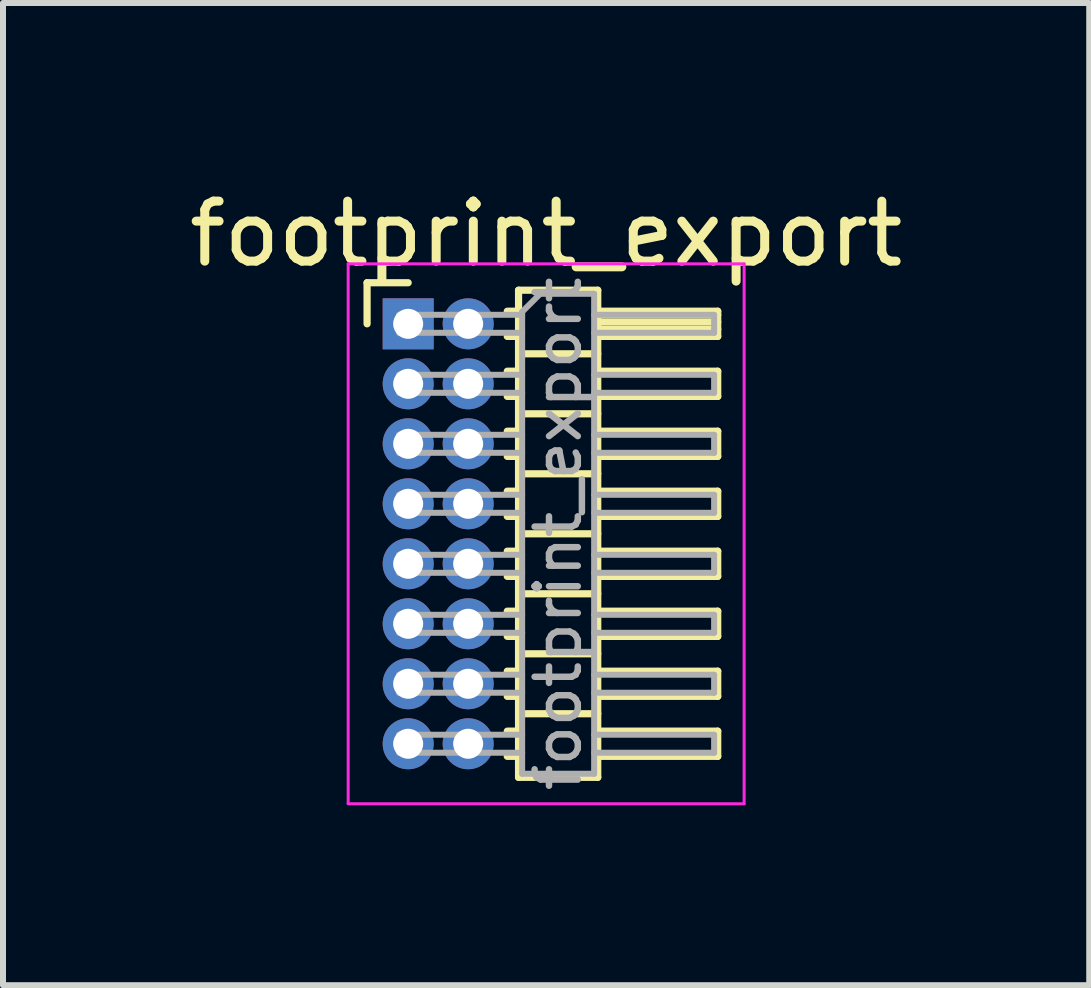
<source format=kicad_pcb>
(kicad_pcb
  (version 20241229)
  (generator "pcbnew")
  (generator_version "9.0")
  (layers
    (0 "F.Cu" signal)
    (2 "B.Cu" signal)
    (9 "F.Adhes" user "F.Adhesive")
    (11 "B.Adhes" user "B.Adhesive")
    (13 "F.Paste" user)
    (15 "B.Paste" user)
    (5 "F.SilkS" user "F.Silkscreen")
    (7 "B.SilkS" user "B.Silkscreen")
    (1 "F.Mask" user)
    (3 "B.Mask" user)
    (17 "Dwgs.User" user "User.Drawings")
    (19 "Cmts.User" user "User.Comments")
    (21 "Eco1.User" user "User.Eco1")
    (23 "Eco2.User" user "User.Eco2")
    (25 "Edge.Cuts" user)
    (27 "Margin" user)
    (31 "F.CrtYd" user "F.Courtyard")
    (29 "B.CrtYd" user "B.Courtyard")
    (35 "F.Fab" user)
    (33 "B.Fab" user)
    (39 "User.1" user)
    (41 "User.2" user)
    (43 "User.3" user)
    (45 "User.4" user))
  (footprint "footprint_export"
    (layer "F.Cu")
    (at 3.754 2.348)
    (property "Reference" "footprint_export" (at 2.3 -1.5 0) (layer "F.SilkS") (effects (font (size 1 1) (thickness 0.15))))
    (attr through_hole)
    (fp_line (start -0.685 -0.685) (end 0 -0.685) (stroke (width 0.12) (type solid)) (layer "F.SilkS"))
    (fp_line (start -0.685 0) (end -0.685 -0.685) (stroke (width 0.12) (type solid)) (layer "F.SilkS"))
    (fp_line (start 1.652 -0.21) (end 1.84 -0.21) (stroke (width 0.12) (type solid)) (layer "F.SilkS"))
    (fp_line (start 1.652 0.21) (end 1.84 0.21) (stroke (width 0.12) (type solid)) (layer "F.SilkS"))
    (fp_line (start 1.652 0.79) (end 1.84 0.79) (stroke (width 0.12) (type solid)) (layer "F.SilkS"))
    (fp_line (start 1.652 1.21) (end 1.84 1.21) (stroke (width 0.12) (type solid)) (layer "F.SilkS"))
    (fp_line (start 1.652 1.79) (end 1.84 1.79) (stroke (width 0.12) (type solid)) (layer "F.SilkS"))
    (fp_line (start 1.652 2.21) (end 1.84 2.21) (stroke (width 0.12) (type solid)) (layer "F.SilkS"))
    (fp_line (start 1.652 2.79) (end 1.84 2.79) (stroke (width 0.12) (type solid)) (layer "F.SilkS"))
    (fp_line (start 1.652 3.21) (end 1.84 3.21) (stroke (width 0.12) (type solid)) (layer "F.SilkS"))
    (fp_line (start 1.652 3.79) (end 1.84 3.79) (stroke (width 0.12) (type solid)) (layer "F.SilkS"))
    (fp_line (start 1.652 4.21) (end 1.84 4.21) (stroke (width 0.12) (type solid)) (layer "F.SilkS"))
    (fp_line (start 1.652 4.79) (end 1.84 4.79) (stroke (width 0.12) (type solid)) (layer "F.SilkS"))
    (fp_line (start 1.652 5.21) (end 1.84 5.21) (stroke (width 0.12) (type solid)) (layer "F.SilkS"))
    (fp_line (start 1.652 5.79) (end 1.84 5.79) (stroke (width 0.12) (type solid)) (layer "F.SilkS"))
    (fp_line (start 1.652 6.21) (end 1.84 6.21) (stroke (width 0.12) (type solid)) (layer "F.SilkS"))
    (fp_line (start 1.652 6.79) (end 1.84 6.79) (stroke (width 0.12) (type solid)) (layer "F.SilkS"))
    (fp_line (start 1.652 7.21) (end 1.84 7.21) (stroke (width 0.12) (type solid)) (layer "F.SilkS"))
    (fp_line (start 1.84 -0.56) (end 1.84 7.56) (stroke (width 0.12) (type solid)) (layer "F.SilkS"))
    (fp_line (start 1.84 0.5) (end 3.16 0.5) (stroke (width 0.12) (type solid)) (layer "F.SilkS"))
    (fp_line (start 1.84 1.5) (end 3.16 1.5) (stroke (width 0.12) (type solid)) (layer "F.SilkS"))
    (fp_line (start 1.84 2.5) (end 3.16 2.5) (stroke (width 0.12) (type solid)) (layer "F.SilkS"))
    (fp_line (start 1.84 3.5) (end 3.16 3.5) (stroke (width 0.12) (type solid)) (layer "F.SilkS"))
    (fp_line (start 1.84 4.5) (end 3.16 4.5) (stroke (width 0.12) (type solid)) (layer "F.SilkS"))
    (fp_line (start 1.84 5.5) (end 3.16 5.5) (stroke (width 0.12) (type solid)) (layer "F.SilkS"))
    (fp_line (start 1.84 6.5) (end 3.16 6.5) (stroke (width 0.12) (type solid)) (layer "F.SilkS"))
    (fp_line (start 1.84 7.56) (end 3.16 7.56) (stroke (width 0.12) (type solid)) (layer "F.SilkS"))
    (fp_line (start 3.16 -0.56) (end 1.84 -0.56) (stroke (width 0.12) (type solid)) (layer "F.SilkS"))
    (fp_line (start 3.16 -0.21) (end 5.16 -0.21) (stroke (width 0.12) (type solid)) (layer "F.SilkS"))
    (fp_line (start 3.16 -0.15) (end 5.16 -0.15) (stroke (width 0.12) (type solid)) (layer "F.SilkS"))
    (fp_line (start 3.16 -0.03) (end 5.16 -0.03) (stroke (width 0.12) (type solid)) (layer "F.SilkS"))
    (fp_line (start 3.16 0.09) (end 5.16 0.09) (stroke (width 0.12) (type solid)) (layer "F.SilkS"))
    (fp_line (start 3.16 0.79) (end 5.16 0.79) (stroke (width 0.12) (type solid)) (layer "F.SilkS"))
    (fp_line (start 3.16 1.79) (end 5.16 1.79) (stroke (width 0.12) (type solid)) (layer "F.SilkS"))
    (fp_line (start 3.16 2.79) (end 5.16 2.79) (stroke (width 0.12) (type solid)) (layer "F.SilkS"))
    (fp_line (start 3.16 3.79) (end 5.16 3.79) (stroke (width 0.12) (type solid)) (layer "F.SilkS"))
    (fp_line (start 3.16 4.79) (end 5.16 4.79) (stroke (width 0.12) (type solid)) (layer "F.SilkS"))
    (fp_line (start 3.16 5.79) (end 5.16 5.79) (stroke (width 0.12) (type solid)) (layer "F.SilkS"))
    (fp_line (start 3.16 6.79) (end 5.16 6.79) (stroke (width 0.12) (type solid)) (layer "F.SilkS"))
    (fp_line (start 3.16 7.56) (end 3.16 -0.56) (stroke (width 0.12) (type solid)) (layer "F.SilkS"))
    (fp_line (start 5.16 -0.21) (end 5.16 0.21) (stroke (width 0.12) (type solid)) (layer "F.SilkS"))
    (fp_line (start 5.16 0.21) (end 3.16 0.21) (stroke (width 0.12) (type solid)) (layer "F.SilkS"))
    (fp_line (start 5.16 0.79) (end 5.16 1.21) (stroke (width 0.12) (type solid)) (layer "F.SilkS"))
    (fp_line (start 5.16 1.21) (end 3.16 1.21) (stroke (width 0.12) (type solid)) (layer "F.SilkS"))
    (fp_line (start 5.16 1.79) (end 5.16 2.21) (stroke (width 0.12) (type solid)) (layer "F.SilkS"))
    (fp_line (start 5.16 2.21) (end 3.16 2.21) (stroke (width 0.12) (type solid)) (layer "F.SilkS"))
    (fp_line (start 5.16 2.79) (end 5.16 3.21) (stroke (width 0.12) (type solid)) (layer "F.SilkS"))
    (fp_line (start 5.16 3.21) (end 3.16 3.21) (stroke (width 0.12) (type solid)) (layer "F.SilkS"))
    (fp_line (start 5.16 3.79) (end 5.16 4.21) (stroke (width 0.12) (type solid)) (layer "F.SilkS"))
    (fp_line (start 5.16 4.21) (end 3.16 4.21) (stroke (width 0.12) (type solid)) (layer "F.SilkS"))
    (fp_line (start 5.16 4.79) (end 5.16 5.21) (stroke (width 0.12) (type solid)) (layer "F.SilkS"))
    (fp_line (start 5.16 5.21) (end 3.16 5.21) (stroke (width 0.12) (type solid)) (layer "F.SilkS"))
    (fp_line (start 5.16 5.79) (end 5.16 6.21) (stroke (width 0.12) (type solid)) (layer "F.SilkS"))
    (fp_line (start 5.16 6.21) (end 3.16 6.21) (stroke (width 0.12) (type solid)) (layer "F.SilkS"))
    (fp_line (start 5.16 6.79) (end 5.16 7.21) (stroke (width 0.12) (type solid)) (layer "F.SilkS"))
    (fp_line (start 5.16 7.21) (end 3.16 7.21) (stroke (width 0.12) (type solid)) (layer "F.SilkS"))
    (fp_line (start -1 -1) (end -1 8) (stroke (width 0.05) (type solid)) (layer "F.CrtYd"))
    (fp_line (start -1 8) (end 5.6 8) (stroke (width 0.05) (type solid)) (layer "F.CrtYd"))
    (fp_line (start 5.6 -1) (end -1 -1) (stroke (width 0.05) (type solid)) (layer "F.CrtYd"))
    (fp_line (start 5.6 8) (end 5.6 -1) (stroke (width 0.05) (type solid)) (layer "F.CrtYd"))
    (fp_line (start -0.15 -0.15) (end -0.15 0.15) (stroke (width 0.1) (type solid)) (layer "F.Fab"))
    (fp_line (start -0.15 -0.15) (end 1.9 -0.15) (stroke (width 0.1) (type solid)) (layer "F.Fab"))
    (fp_line (start -0.15 0.15) (end 1.9 0.15) (stroke (width 0.1) (type solid)) (layer "F.Fab"))
    (fp_line (start -0.15 0.85) (end -0.15 1.15) (stroke (width 0.1) (type solid)) (layer "F.Fab"))
    (fp_line (start -0.15 0.85) (end 1.9 0.85) (stroke (width 0.1) (type solid)) (layer "F.Fab"))
    (fp_line (start -0.15 1.15) (end 1.9 1.15) (stroke (width 0.1) (type solid)) (layer "F.Fab"))
    (fp_line (start -0.15 1.85) (end -0.15 2.15) (stroke (width 0.1) (type solid)) (layer "F.Fab"))
    (fp_line (start -0.15 1.85) (end 1.9 1.85) (stroke (width 0.1) (type solid)) (layer "F.Fab"))
    (fp_line (start -0.15 2.15) (end 1.9 2.15) (stroke (width 0.1) (type solid)) (layer "F.Fab"))
    (fp_line (start -0.15 2.85) (end -0.15 3.15) (stroke (width 0.1) (type solid)) (layer "F.Fab"))
    (fp_line (start -0.15 2.85) (end 1.9 2.85) (stroke (width 0.1) (type solid)) (layer "F.Fab"))
    (fp_line (start -0.15 3.15) (end 1.9 3.15) (stroke (width 0.1) (type solid)) (layer "F.Fab"))
    (fp_line (start -0.15 3.85) (end -0.15 4.15) (stroke (width 0.1) (type solid)) (layer "F.Fab"))
    (fp_line (start -0.15 3.85) (end 1.9 3.85) (stroke (width 0.1) (type solid)) (layer "F.Fab"))
    (fp_line (start -0.15 4.15) (end 1.9 4.15) (stroke (width 0.1) (type solid)) (layer "F.Fab"))
    (fp_line (start -0.15 4.85) (end -0.15 5.15) (stroke (width 0.1) (type solid)) (layer "F.Fab"))
    (fp_line (start -0.15 4.85) (end 1.9 4.85) (stroke (width 0.1) (type solid)) (layer "F.Fab"))
    (fp_line (start -0.15 5.15) (end 1.9 5.15) (stroke (width 0.1) (type solid)) (layer "F.Fab"))
    (fp_line (start -0.15 5.85) (end -0.15 6.15) (stroke (width 0.1) (type solid)) (layer "F.Fab"))
    (fp_line (start -0.15 5.85) (end 1.9 5.85) (stroke (width 0.1) (type solid)) (layer "F.Fab"))
    (fp_line (start -0.15 6.15) (end 1.9 6.15) (stroke (width 0.1) (type solid)) (layer "F.Fab"))
    (fp_line (start -0.15 6.85) (end -0.15 7.15) (stroke (width 0.1) (type solid)) (layer "F.Fab"))
    (fp_line (start -0.15 6.85) (end 1.9 6.85) (stroke (width 0.1) (type solid)) (layer "F.Fab"))
    (fp_line (start -0.15 7.15) (end 1.9 7.15) (stroke (width 0.1) (type solid)) (layer "F.Fab"))
    (fp_line (start 1.9 -0.2) (end 2.2 -0.5) (stroke (width 0.1) (type solid)) (layer "F.Fab"))
    (fp_line (start 1.9 7.5) (end 1.9 -0.2) (stroke (width 0.1) (type solid)) (layer "F.Fab"))
    (fp_line (start 2.2 -0.5) (end 3.1 -0.5) (stroke (width 0.1) (type solid)) (layer "F.Fab"))
    (fp_line (start 3.1 -0.5) (end 3.1 7.5) (stroke (width 0.1) (type solid)) (layer "F.Fab"))
    (fp_line (start 3.1 -0.15) (end 5.1 -0.15) (stroke (width 0.1) (type solid)) (layer "F.Fab"))
    (fp_line (start 3.1 0.15) (end 5.1 0.15) (stroke (width 0.1) (type solid)) (layer "F.Fab"))
    (fp_line (start 3.1 0.85) (end 5.1 0.85) (stroke (width 0.1) (type solid)) (layer "F.Fab"))
    (fp_line (start 3.1 1.15) (end 5.1 1.15) (stroke (width 0.1) (type solid)) (layer "F.Fab"))
    (fp_line (start 3.1 1.85) (end 5.1 1.85) (stroke (width 0.1) (type solid)) (layer "F.Fab"))
    (fp_line (start 3.1 2.15) (end 5.1 2.15) (stroke (width 0.1) (type solid)) (layer "F.Fab"))
    (fp_line (start 3.1 2.85) (end 5.1 2.85) (stroke (width 0.1) (type solid)) (layer "F.Fab"))
    (fp_line (start 3.1 3.15) (end 5.1 3.15) (stroke (width 0.1) (type solid)) (layer "F.Fab"))
    (fp_line (start 3.1 3.85) (end 5.1 3.85) (stroke (width 0.1) (type solid)) (layer "F.Fab"))
    (fp_line (start 3.1 4.15) (end 5.1 4.15) (stroke (width 0.1) (type solid)) (layer "F.Fab"))
    (fp_line (start 3.1 4.85) (end 5.1 4.85) (stroke (width 0.1) (type solid)) (layer "F.Fab"))
    (fp_line (start 3.1 5.15) (end 5.1 5.15) (stroke (width 0.1) (type solid)) (layer "F.Fab"))
    (fp_line (start 3.1 5.85) (end 5.1 5.85) (stroke (width 0.1) (type solid)) (layer "F.Fab"))
    (fp_line (start 3.1 6.15) (end 5.1 6.15) (stroke (width 0.1) (type solid)) (layer "F.Fab"))
    (fp_line (start 3.1 6.85) (end 5.1 6.85) (stroke (width 0.1) (type solid)) (layer "F.Fab"))
    (fp_line (start 3.1 7.15) (end 5.1 7.15) (stroke (width 0.1) (type solid)) (layer "F.Fab"))
    (fp_line (start 3.1 7.5) (end 1.9 7.5) (stroke (width 0.1) (type solid)) (layer "F.Fab"))
    (fp_line (start 5.1 -0.15) (end 5.1 0.15) (stroke (width 0.1) (type solid)) (layer "F.Fab"))
    (fp_line (start 5.1 0.85) (end 5.1 1.15) (stroke (width 0.1) (type solid)) (layer "F.Fab"))
    (fp_line (start 5.1 1.85) (end 5.1 2.15) (stroke (width 0.1) (type solid)) (layer "F.Fab"))
    (fp_line (start 5.1 2.85) (end 5.1 3.15) (stroke (width 0.1) (type solid)) (layer "F.Fab"))
    (fp_line (start 5.1 3.85) (end 5.1 4.15) (stroke (width 0.1) (type solid)) (layer "F.Fab"))
    (fp_line (start 5.1 4.85) (end 5.1 5.15) (stroke (width 0.1) (type solid)) (layer "F.Fab"))
    (fp_line (start 5.1 5.85) (end 5.1 6.15) (stroke (width 0.1) (type solid)) (layer "F.Fab"))
    (fp_line (start 5.1 6.85) (end 5.1 7.15) (stroke (width 0.1) (type solid)) (layer "F.Fab"))
    (fp_text user "${REFERENCE}" (at 2.5 3.5 90) (layer "F.Fab") (effects (font (size 0.72 0.72) (thickness 0.108))))
    (pad "1" thru_hole rect (at 0 0) (size 0.85 0.85) (drill 0.5) (layers "*.Cu" "*.Mask"))
    (pad "2" thru_hole oval (at 1 0) (size 0.85 0.85) (drill 0.5) (layers "*.Cu" "*.Mask"))
    (pad "3" thru_hole oval (at 0 1) (size 0.85 0.85) (drill 0.5) (layers "*.Cu" "*.Mask"))
    (pad "4" thru_hole oval (at 1 1) (size 0.85 0.85) (drill 0.5) (layers "*.Cu" "*.Mask"))
    (pad "5" thru_hole oval (at 0 2) (size 0.85 0.85) (drill 0.5) (layers "*.Cu" "*.Mask"))
    (pad "6" thru_hole oval (at 1 2) (size 0.85 0.85) (drill 0.5) (layers "*.Cu" "*.Mask"))
    (pad "7" thru_hole oval (at 0 3) (size 0.85 0.85) (drill 0.5) (layers "*.Cu" "*.Mask"))
    (pad "8" thru_hole oval (at 1 3) (size 0.85 0.85) (drill 0.5) (layers "*.Cu" "*.Mask"))
    (pad "9" thru_hole oval (at 0 4) (size 0.85 0.85) (drill 0.5) (layers "*.Cu" "*.Mask"))
    (pad "10" thru_hole oval (at 1 4) (size 0.85 0.85) (drill 0.5) (layers "*.Cu" "*.Mask"))
    (pad "11" thru_hole oval (at 0 5) (size 0.85 0.85) (drill 0.5) (layers "*.Cu" "*.Mask"))
    (pad "12" thru_hole oval (at 1 5) (size 0.85 0.85) (drill 0.5) (layers "*.Cu" "*.Mask"))
    (pad "13" thru_hole oval (at 0 6) (size 0.85 0.85) (drill 0.5) (layers "*.Cu" "*.Mask"))
    (pad "14" thru_hole oval (at 1 6) (size 0.85 0.85) (drill 0.5) (layers "*.Cu" "*.Mask"))
    (pad "15" thru_hole oval (at 0 7) (size 0.85 0.85) (drill 0.5) (layers "*.Cu" "*.Mask"))
    (pad "16" thru_hole oval (at 1 7) (size 0.85 0.85) (drill 0.5) (layers "*.Cu" "*.Mask")))
  (gr_rect
    (start -3 -3)
    (end 15.107 13.373)
    (stroke (width 0.1) (type default))
    (fill no)
    (layer "Edge.Cuts")))
</source>
